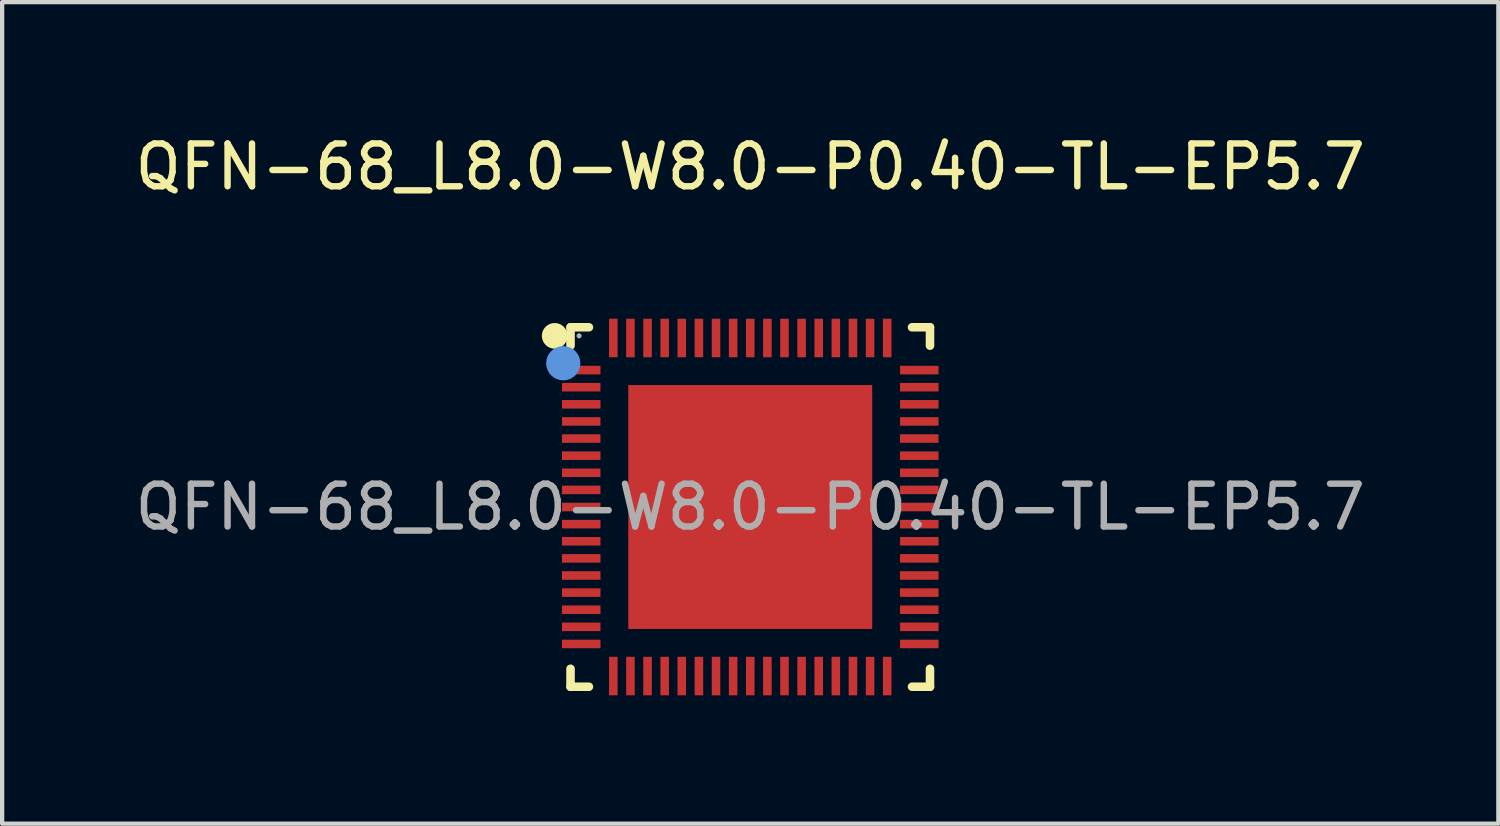
<source format=kicad_pcb>
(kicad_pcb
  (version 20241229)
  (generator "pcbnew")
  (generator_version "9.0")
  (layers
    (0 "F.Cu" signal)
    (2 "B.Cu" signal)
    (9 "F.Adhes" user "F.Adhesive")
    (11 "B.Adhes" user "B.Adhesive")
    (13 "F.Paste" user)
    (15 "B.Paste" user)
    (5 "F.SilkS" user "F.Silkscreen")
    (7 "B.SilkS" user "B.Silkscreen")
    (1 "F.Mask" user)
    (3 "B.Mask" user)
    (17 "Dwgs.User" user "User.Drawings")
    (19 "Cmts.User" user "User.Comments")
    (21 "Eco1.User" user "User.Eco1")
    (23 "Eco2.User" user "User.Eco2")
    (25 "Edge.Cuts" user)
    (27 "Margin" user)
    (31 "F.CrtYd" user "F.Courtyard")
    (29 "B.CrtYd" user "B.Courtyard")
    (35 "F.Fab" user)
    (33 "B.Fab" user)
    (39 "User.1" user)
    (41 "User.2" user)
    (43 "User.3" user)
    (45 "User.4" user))
  (footprint "QFN-68_L8.0-W8.0-P0.40-TL-EP5.7"
    (layer "F.Cu")
    (at 14.482 8.798)
    (property "Reference" "QFN-68_L8.0-W8.0-P0.40-TL-EP5.7" (at 0 -7.95 0) (layer "F.SilkS") (effects (font (size 1 1) (thickness 0.15))))
    (attr through_hole)
    (fp_line (start -4.2 -4.2) (end -3.77 -4.2) (stroke (width 0.2) (type solid)) (layer "F.SilkS"))
    (fp_line (start -4.2 -3.77) (end -4.2 -4.2) (stroke (width 0.2) (type solid)) (layer "F.SilkS"))
    (fp_line (start -4.2 3.78) (end -4.2 4.2) (stroke (width 0.2) (type solid)) (layer "F.SilkS"))
    (fp_line (start -4.2 4.2) (end -3.77 4.2) (stroke (width 0.2) (type solid)) (layer "F.SilkS"))
    (fp_line (start 3.78 4.2) (end 4.2 4.2) (stroke (width 0.2) (type solid)) (layer "F.SilkS"))
    (fp_line (start 4.2 -4.2) (end 3.78 -4.2) (stroke (width 0.2) (type solid)) (layer "F.SilkS"))
    (fp_line (start 4.2 -3.77) (end 4.2 -4.2) (stroke (width 0.2) (type solid)) (layer "F.SilkS"))
    (fp_line (start 4.2 4.2) (end 4.2 3.78) (stroke (width 0.2) (type solid)) (layer "F.SilkS"))
    (fp_arc (start -4.57 -4) (mid -4.57 -4) (end -4.57 -4) (stroke (width 0.3) (type solid)) (layer "F.SilkS"))
    (fp_circle (center -4.37 -3.36) (end -4.17 -3.36) (stroke (width 0.4) (type solid)) (fill no) (layer "Cmts.User"))
    (fp_circle (center -4 -4) (end -3.97 -4) (stroke (width 0.06) (type solid)) (fill no) (layer "F.Fab"))
    (fp_text user "${REFERENCE}" (at 0 0 0) (layer "F.Fab") (effects (font (size 1 1) (thickness 0.15))))
    (pad "1" smd rect (at -3.95 -3.2 270) (size 0.2 0.9) (layers "F.Cu" "F.Mask" "F.Paste"))
    (pad "2" smd rect (at -3.95 -2.8 270) (size 0.2 0.9) (layers "F.Cu" "F.Mask" "F.Paste"))
    (pad "3" smd rect (at -3.95 -2.4 270) (size 0.2 0.9) (layers "F.Cu" "F.Mask" "F.Paste"))
    (pad "4" smd rect (at -3.95 -2 270) (size 0.2 0.9) (layers "F.Cu" "F.Mask" "F.Paste"))
    (pad "5" smd rect (at -3.95 -1.6 270) (size 0.2 0.9) (layers "F.Cu" "F.Mask" "F.Paste"))
    (pad "6" smd rect (at -3.95 -1.2 270) (size 0.2 0.9) (layers "F.Cu" "F.Mask" "F.Paste"))
    (pad "7" smd rect (at -3.95 -0.8 270) (size 0.2 0.9) (layers "F.Cu" "F.Mask" "F.Paste"))
    (pad "8" smd rect (at -3.95 -0.4 270) (size 0.2 0.9) (layers "F.Cu" "F.Mask" "F.Paste"))
    (pad "9" smd rect (at -3.95 0 270) (size 0.2 0.9) (layers "F.Cu" "F.Mask" "F.Paste"))
    (pad "10" smd rect (at -3.95 0.4 270) (size 0.2 0.9) (layers "F.Cu" "F.Mask" "F.Paste"))
    (pad "11" smd rect (at -3.95 0.8 270) (size 0.2 0.9) (layers "F.Cu" "F.Mask" "F.Paste"))
    (pad "12" smd rect (at -3.95 1.2 270) (size 0.2 0.9) (layers "F.Cu" "F.Mask" "F.Paste"))
    (pad "13" smd rect (at -3.95 1.6 270) (size 0.2 0.9) (layers "F.Cu" "F.Mask" "F.Paste"))
    (pad "14" smd rect (at -3.95 2 270) (size 0.2 0.9) (layers "F.Cu" "F.Mask" "F.Paste"))
    (pad "15" smd rect (at -3.95 2.4 270) (size 0.2 0.9) (layers "F.Cu" "F.Mask" "F.Paste"))
    (pad "16" smd rect (at -3.95 2.8 270) (size 0.2 0.9) (layers "F.Cu" "F.Mask" "F.Paste"))
    (pad "17" smd rect (at -3.95 3.2 270) (size 0.2 0.9) (layers "F.Cu" "F.Mask" "F.Paste"))
    (pad "18" smd rect (at -3.2 3.95 270) (size 0.9 0.2) (layers "F.Cu" "F.Mask" "F.Paste"))
    (pad "19" smd rect (at -2.8 3.95 270) (size 0.9 0.2) (layers "F.Cu" "F.Mask" "F.Paste"))
    (pad "20" smd rect (at -2.4 3.95 270) (size 0.9 0.2) (layers "F.Cu" "F.Mask" "F.Paste"))
    (pad "21" smd rect (at -2 3.95 270) (size 0.9 0.2) (layers "F.Cu" "F.Mask" "F.Paste"))
    (pad "22" smd rect (at -1.6 3.95 270) (size 0.9 0.2) (layers "F.Cu" "F.Mask" "F.Paste"))
    (pad "23" smd rect (at -1.2 3.95 270) (size 0.9 0.2) (layers "F.Cu" "F.Mask" "F.Paste"))
    (pad "24" smd rect (at -0.8 3.95 270) (size 0.9 0.2) (layers "F.Cu" "F.Mask" "F.Paste"))
    (pad "25" smd rect (at -0.4 3.95 270) (size 0.9 0.2) (layers "F.Cu" "F.Mask" "F.Paste"))
    (pad "26" smd rect (at 0 3.95 270) (size 0.9 0.2) (layers "F.Cu" "F.Mask" "F.Paste"))
    (pad "27" smd rect (at 0.4 3.95 270) (size 0.9 0.2) (layers "F.Cu" "F.Mask" "F.Paste"))
    (pad "28" smd rect (at 0.8 3.95 270) (size 0.9 0.2) (layers "F.Cu" "F.Mask" "F.Paste"))
    (pad "29" smd rect (at 1.2 3.95 270) (size 0.9 0.2) (layers "F.Cu" "F.Mask" "F.Paste"))
    (pad "30" smd rect (at 1.6 3.95 270) (size 0.9 0.2) (layers "F.Cu" "F.Mask" "F.Paste"))
    (pad "31" smd rect (at 2 3.95 270) (size 0.9 0.2) (layers "F.Cu" "F.Mask" "F.Paste"))
    (pad "32" smd rect (at 2.4 3.95 270) (size 0.9 0.2) (layers "F.Cu" "F.Mask" "F.Paste"))
    (pad "33" smd rect (at 2.8 3.95 270) (size 0.9 0.2) (layers "F.Cu" "F.Mask" "F.Paste"))
    (pad "34" smd rect (at 3.2 3.95 270) (size 0.9 0.2) (layers "F.Cu" "F.Mask" "F.Paste"))
    (pad "35" smd rect (at 3.95 3.2 270) (size 0.2 0.9) (layers "F.Cu" "F.Mask" "F.Paste"))
    (pad "36" smd rect (at 3.95 2.8 270) (size 0.2 0.9) (layers "F.Cu" "F.Mask" "F.Paste"))
    (pad "37" smd rect (at 3.95 2.4 270) (size 0.2 0.9) (layers "F.Cu" "F.Mask" "F.Paste"))
    (pad "38" smd rect (at 3.95 2 270) (size 0.2 0.9) (layers "F.Cu" "F.Mask" "F.Paste"))
    (pad "39" smd rect (at 3.95 1.6 270) (size 0.2 0.9) (layers "F.Cu" "F.Mask" "F.Paste"))
    (pad "40" smd rect (at 3.95 1.2 270) (size 0.2 0.9) (layers "F.Cu" "F.Mask" "F.Paste"))
    (pad "41" smd rect (at 3.95 0.8 270) (size 0.2 0.9) (layers "F.Cu" "F.Mask" "F.Paste"))
    (pad "42" smd rect (at 3.95 0.4 270) (size 0.2 0.9) (layers "F.Cu" "F.Mask" "F.Paste"))
    (pad "43" smd rect (at 3.95 0 270) (size 0.2 0.9) (layers "F.Cu" "F.Mask" "F.Paste"))
    (pad "44" smd rect (at 3.95 -0.4 270) (size 0.2 0.9) (layers "F.Cu" "F.Mask" "F.Paste"))
    (pad "45" smd rect (at 3.95 -0.8 270) (size 0.2 0.9) (layers "F.Cu" "F.Mask" "F.Paste"))
    (pad "46" smd rect (at 3.95 -1.2 270) (size 0.2 0.9) (layers "F.Cu" "F.Mask" "F.Paste"))
    (pad "47" smd rect (at 3.95 -1.6 270) (size 0.2 0.9) (layers "F.Cu" "F.Mask" "F.Paste"))
    (pad "48" smd rect (at 3.95 -2 270) (size 0.2 0.9) (layers "F.Cu" "F.Mask" "F.Paste"))
    (pad "49" smd rect (at 3.95 -2.4 270) (size 0.2 0.9) (layers "F.Cu" "F.Mask" "F.Paste"))
    (pad "50" smd rect (at 3.95 -2.8 270) (size 0.2 0.9) (layers "F.Cu" "F.Mask" "F.Paste"))
    (pad "51" smd rect (at 3.95 -3.2 270) (size 0.2 0.9) (layers "F.Cu" "F.Mask" "F.Paste"))
    (pad "52" smd rect (at 3.2 -3.95 270) (size 0.9 0.2) (layers "F.Cu" "F.Mask" "F.Paste"))
    (pad "53" smd rect (at 2.8 -3.95 270) (size 0.9 0.2) (layers "F.Cu" "F.Mask" "F.Paste"))
    (pad "54" smd rect (at 2.4 -3.95 270) (size 0.9 0.2) (layers "F.Cu" "F.Mask" "F.Paste"))
    (pad "55" smd rect (at 2 -3.95 270) (size 0.9 0.2) (layers "F.Cu" "F.Mask" "F.Paste"))
    (pad "56" smd rect (at 1.6 -3.95 270) (size 0.9 0.2) (layers "F.Cu" "F.Mask" "F.Paste"))
    (pad "57" smd rect (at 1.2 -3.95 270) (size 0.9 0.2) (layers "F.Cu" "F.Mask" "F.Paste"))
    (pad "58" smd rect (at 0.8 -3.95 270) (size 0.9 0.2) (layers "F.Cu" "F.Mask" "F.Paste"))
    (pad "59" smd rect (at 0.4 -3.95 270) (size 0.9 0.2) (layers "F.Cu" "F.Mask" "F.Paste"))
    (pad "60" smd rect (at 0 -3.95 270) (size 0.9 0.2) (layers "F.Cu" "F.Mask" "F.Paste"))
    (pad "61" smd rect (at -0.4 -3.95 270) (size 0.9 0.2) (layers "F.Cu" "F.Mask" "F.Paste"))
    (pad "62" smd rect (at -0.8 -3.95 270) (size 0.9 0.2) (layers "F.Cu" "F.Mask" "F.Paste"))
    (pad "63" smd rect (at -1.2 -3.95 270) (size 0.9 0.2) (layers "F.Cu" "F.Mask" "F.Paste"))
    (pad "64" smd rect (at -1.6 -3.95 270) (size 0.9 0.2) (layers "F.Cu" "F.Mask" "F.Paste"))
    (pad "65" smd rect (at -2 -3.95 270) (size 0.9 0.2) (layers "F.Cu" "F.Mask" "F.Paste"))
    (pad "66" smd rect (at -2.4 -3.95 270) (size 0.9 0.2) (layers "F.Cu" "F.Mask" "F.Paste"))
    (pad "67" smd rect (at -2.8 -3.95 270) (size 0.9 0.2) (layers "F.Cu" "F.Mask" "F.Paste"))
    (pad "68" smd rect (at -3.2 -3.95 270) (size 0.9 0.2) (layers "F.Cu" "F.Mask" "F.Paste"))
    (pad "69" smd rect (at 0 0 270) (size 5.7 5.7) (layers "F.Cu" "F.Mask" "F.Paste")))
  (gr_rect
    (start -3 -3)
    (end 31.964 16.198)
    (stroke (width 0.1) (type default))
    (fill no)
    (layer "Edge.Cuts")))
</source>
